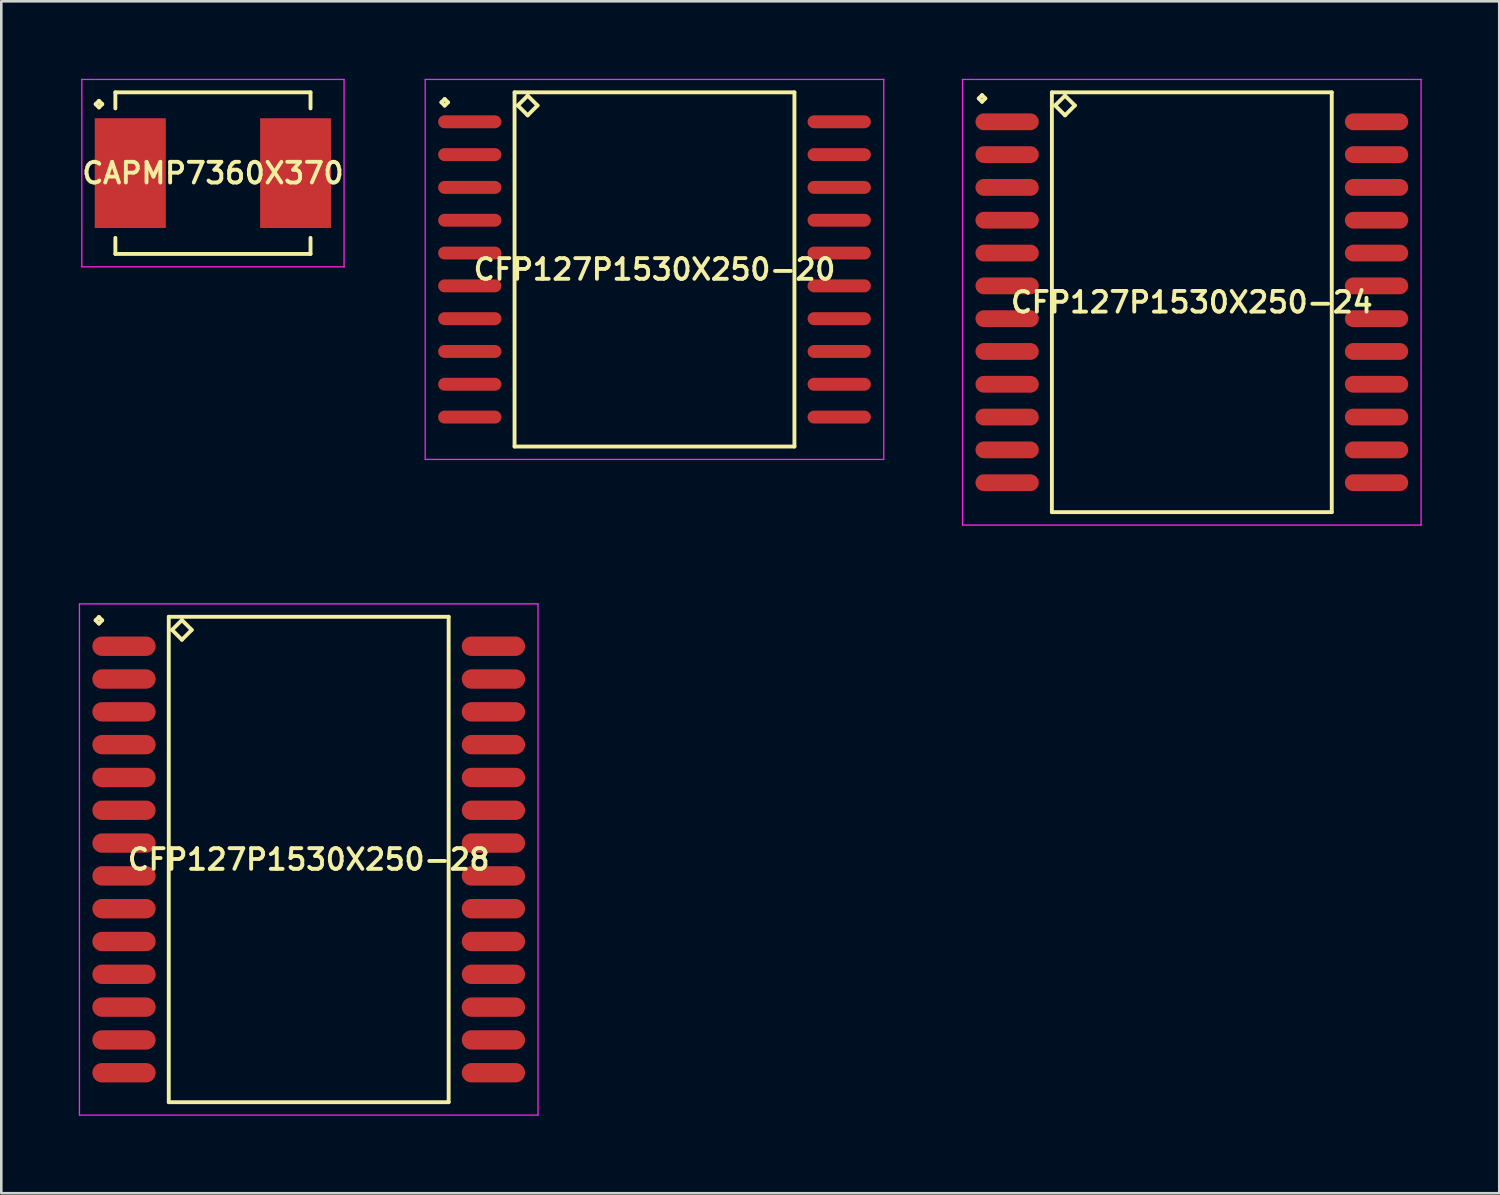
<source format=kicad_pcb>
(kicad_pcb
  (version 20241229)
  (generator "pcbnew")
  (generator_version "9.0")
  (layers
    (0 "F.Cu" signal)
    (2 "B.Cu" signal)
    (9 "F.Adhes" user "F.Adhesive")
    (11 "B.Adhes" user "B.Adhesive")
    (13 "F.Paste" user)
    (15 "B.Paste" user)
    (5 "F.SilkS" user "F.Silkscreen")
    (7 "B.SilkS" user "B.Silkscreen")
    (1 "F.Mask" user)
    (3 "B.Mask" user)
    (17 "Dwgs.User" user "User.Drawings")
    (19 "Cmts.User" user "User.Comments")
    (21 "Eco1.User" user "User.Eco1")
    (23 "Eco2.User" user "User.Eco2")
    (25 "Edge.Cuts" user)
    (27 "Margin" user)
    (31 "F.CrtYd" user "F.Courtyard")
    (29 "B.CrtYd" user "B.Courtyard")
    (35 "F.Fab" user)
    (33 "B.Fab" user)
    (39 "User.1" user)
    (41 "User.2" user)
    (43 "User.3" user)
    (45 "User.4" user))
  (footprint "CFP127P1530X250-20"
    (layer "F.Cu")
    (at 22.285 7.38)
    (property "Reference" "CFP127P1530X250-20" (at 0 0 0) (layer "F.SilkS") (effects (font (size 0.8 0.8) (thickness 0.15))))
    (attr smd)
    (fp_line (start -8.248 -6.469) (end -8.121 -6.596) (stroke (width 0.15) (type solid)) (layer "F.SilkS"))
    (fp_line (start -8.121 -6.596) (end -7.994 -6.469) (stroke (width 0.15) (type solid)) (layer "F.SilkS"))
    (fp_line (start -8.121 -6.342) (end -8.248 -6.469) (stroke (width 0.15) (type solid)) (layer "F.SilkS"))
    (fp_line (start -7.994 -6.469) (end -8.121 -6.342) (stroke (width 0.15) (type solid)) (layer "F.SilkS"))
    (fp_line (start -5.417 -6.855) (end -5.417 6.855) (stroke (width 0.15) (type solid)) (layer "F.SilkS"))
    (fp_line (start -5.417 6.855) (end 5.417 6.855) (stroke (width 0.15) (type solid)) (layer "F.SilkS"))
    (fp_line (start -5.29 -6.347) (end -4.909 -6.728) (stroke (width 0.15) (type solid)) (layer "F.SilkS"))
    (fp_line (start -4.909 -6.728) (end -4.528 -6.347) (stroke (width 0.15) (type solid)) (layer "F.SilkS"))
    (fp_line (start -4.909 -5.966) (end -5.29 -6.347) (stroke (width 0.15) (type solid)) (layer "F.SilkS"))
    (fp_line (start -4.528 -6.347) (end -4.909 -5.966) (stroke (width 0.15) (type solid)) (layer "F.SilkS"))
    (fp_line (start 5.417 -6.855) (end -5.417 -6.855) (stroke (width 0.15) (type solid)) (layer "F.SilkS"))
    (fp_line (start 5.417 6.855) (end 5.417 -6.855) (stroke (width 0.15) (type solid)) (layer "F.SilkS"))
    (fp_line (start -8.875 -7.355) (end 8.875 -7.355) (stroke (width 0.05) (type solid)) (layer "F.CrtYd"))
    (fp_line (start -8.875 7.355) (end -8.875 -7.355) (stroke (width 0.05) (type solid)) (layer "F.CrtYd"))
    (fp_line (start 8.875 -7.355) (end 8.875 7.355) (stroke (width 0.05) (type solid)) (layer "F.CrtYd"))
    (fp_line (start 8.875 7.355) (end -8.875 7.355) (stroke (width 0.05) (type solid)) (layer "F.CrtYd"))
    (pad "1" smd oval (at -7.15 -5.715) (size 2.45 0.5) (layers "F.Cu" "F.Mask" "F.Paste"))
    (pad "2" smd oval (at -7.15 -4.445) (size 2.45 0.5) (layers "F.Cu" "F.Mask" "F.Paste"))
    (pad "3" smd oval (at -7.15 -3.175) (size 2.45 0.5) (layers "F.Cu" "F.Mask" "F.Paste"))
    (pad "4" smd oval (at -7.15 -1.905) (size 2.45 0.5) (layers "F.Cu" "F.Mask" "F.Paste"))
    (pad "5" smd oval (at -7.15 -0.635) (size 2.45 0.5) (layers "F.Cu" "F.Mask" "F.Paste"))
    (pad "6" smd oval (at -7.15 0.635) (size 2.45 0.5) (layers "F.Cu" "F.Mask" "F.Paste"))
    (pad "7" smd oval (at -7.15 1.905) (size 2.45 0.5) (layers "F.Cu" "F.Mask" "F.Paste"))
    (pad "8" smd oval (at -7.15 3.175) (size 2.45 0.5) (layers "F.Cu" "F.Mask" "F.Paste"))
    (pad "9" smd oval (at -7.15 4.445) (size 2.45 0.5) (layers "F.Cu" "F.Mask" "F.Paste"))
    (pad "10" smd oval (at -7.15 5.715) (size 2.45 0.5) (layers "F.Cu" "F.Mask" "F.Paste"))
    (pad "11" smd oval (at 7.15 5.715) (size 2.45 0.5) (layers "F.Cu" "F.Mask" "F.Paste"))
    (pad "12" smd oval (at 7.15 4.445) (size 2.45 0.5) (layers "F.Cu" "F.Mask" "F.Paste"))
    (pad "13" smd oval (at 7.15 3.175) (size 2.45 0.5) (layers "F.Cu" "F.Mask" "F.Paste"))
    (pad "14" smd oval (at 7.15 1.905) (size 2.45 0.5) (layers "F.Cu" "F.Mask" "F.Paste"))
    (pad "15" smd oval (at 7.15 0.635) (size 2.45 0.5) (layers "F.Cu" "F.Mask" "F.Paste"))
    (pad "16" smd oval (at 7.15 -0.635) (size 2.45 0.5) (layers "F.Cu" "F.Mask" "F.Paste"))
    (pad "17" smd oval (at 7.15 -1.905) (size 2.45 0.5) (layers "F.Cu" "F.Mask" "F.Paste"))
    (pad "18" smd oval (at 7.15 -3.175) (size 2.45 0.5) (layers "F.Cu" "F.Mask" "F.Paste"))
    (pad "19" smd oval (at 7.15 -4.445) (size 2.45 0.5) (layers "F.Cu" "F.Mask" "F.Paste"))
    (pad "20" smd oval (at 7.15 -5.715) (size 2.45 0.5) (layers "F.Cu" "F.Mask" "F.Paste")))
  (footprint "CAPMP7360X370"
    (layer "F.Cu")
    (at 5.193 3.652)
    (property "Reference" "CAPMP7360X370" (at 0 0 0) (layer "F.SilkS") (effects (font (size 0.8 0.8) (thickness 0.15))))
    (attr smd)
    (fp_line (start -4.539 -2.671) (end -4.412 -2.798) (stroke (width 0.15) (type solid)) (layer "F.SilkS"))
    (fp_line (start -4.412 -2.798) (end -4.285 -2.671) (stroke (width 0.15) (type solid)) (layer "F.SilkS"))
    (fp_line (start -4.412 -2.544) (end -4.539 -2.671) (stroke (width 0.15) (type solid)) (layer "F.SilkS"))
    (fp_line (start -4.285 -2.671) (end -4.412 -2.544) (stroke (width 0.15) (type solid)) (layer "F.SilkS"))
    (fp_line (start -3.777 -3.127) (end 3.777 -3.127) (stroke (width 0.15) (type solid)) (layer "F.SilkS"))
    (fp_line (start -3.777 -2.506) (end -3.777 -3.127) (stroke (width 0.15) (type solid)) (layer "F.SilkS"))
    (fp_line (start -3.777 2.506) (end -3.777 3.127) (stroke (width 0.15) (type solid)) (layer "F.SilkS"))
    (fp_line (start -3.777 3.127) (end 3.777 3.127) (stroke (width 0.15) (type solid)) (layer "F.SilkS"))
    (fp_line (start 3.777 -3.127) (end 3.777 -2.506) (stroke (width 0.15) (type solid)) (layer "F.SilkS"))
    (fp_line (start 3.777 3.127) (end 3.777 2.506) (stroke (width 0.15) (type solid)) (layer "F.SilkS"))
    (fp_line (start -5.075 -3.627) (end 5.075 -3.627) (stroke (width 0.05) (type solid)) (layer "F.CrtYd"))
    (fp_line (start -5.075 3.627) (end -5.075 -3.627) (stroke (width 0.05) (type solid)) (layer "F.CrtYd"))
    (fp_line (start 5.075 -3.627) (end 5.075 3.627) (stroke (width 0.05) (type solid)) (layer "F.CrtYd"))
    (fp_line (start 5.075 3.627) (end -5.075 3.627) (stroke (width 0.05) (type solid)) (layer "F.CrtYd"))
    (pad "1" smd rect (at -3.2 0) (size 2.75 4.25) (layers "F.Cu" "F.Mask" "F.Paste"))
    (pad "2" smd rect (at 3.2 0) (size 2.75 4.25) (layers "F.Cu" "F.Mask" "F.Paste")))
  (footprint "CFP127P1530X250-24"
    (layer "F.Cu")
    (at 43.085 8.65)
    (property "Reference" "CFP127P1530X250-24" (at 0 0 0) (layer "F.SilkS") (effects (font (size 0.8 0.8) (thickness 0.15))))
    (attr smd)
    (fp_line (start -8.248 -7.889) (end -8.121 -8.016) (stroke (width 0.15) (type solid)) (layer "F.SilkS"))
    (fp_line (start -8.121 -8.016) (end -7.994 -7.889) (stroke (width 0.15) (type solid)) (layer "F.SilkS"))
    (fp_line (start -8.121 -7.762) (end -8.248 -7.889) (stroke (width 0.15) (type solid)) (layer "F.SilkS"))
    (fp_line (start -7.994 -7.889) (end -8.121 -7.762) (stroke (width 0.15) (type solid)) (layer "F.SilkS"))
    (fp_line (start -5.417 -8.125) (end -5.417 8.125) (stroke (width 0.15) (type solid)) (layer "F.SilkS"))
    (fp_line (start -5.417 8.125) (end 5.417 8.125) (stroke (width 0.15) (type solid)) (layer "F.SilkS"))
    (fp_line (start -5.29 -7.617) (end -4.909 -7.998) (stroke (width 0.15) (type solid)) (layer "F.SilkS"))
    (fp_line (start -4.909 -7.998) (end -4.528 -7.617) (stroke (width 0.15) (type solid)) (layer "F.SilkS"))
    (fp_line (start -4.909 -7.236) (end -5.29 -7.617) (stroke (width 0.15) (type solid)) (layer "F.SilkS"))
    (fp_line (start -4.528 -7.617) (end -4.909 -7.236) (stroke (width 0.15) (type solid)) (layer "F.SilkS"))
    (fp_line (start 5.417 -8.125) (end -5.417 -8.125) (stroke (width 0.15) (type solid)) (layer "F.SilkS"))
    (fp_line (start 5.417 8.125) (end 5.417 -8.125) (stroke (width 0.15) (type solid)) (layer "F.SilkS"))
    (fp_line (start -8.875 -8.625) (end 8.875 -8.625) (stroke (width 0.05) (type solid)) (layer "F.CrtYd"))
    (fp_line (start -8.875 8.625) (end -8.875 -8.625) (stroke (width 0.05) (type solid)) (layer "F.CrtYd"))
    (fp_line (start 8.875 -8.625) (end 8.875 8.625) (stroke (width 0.05) (type solid)) (layer "F.CrtYd"))
    (fp_line (start 8.875 8.625) (end -8.875 8.625) (stroke (width 0.05) (type solid)) (layer "F.CrtYd"))
    (pad "1" smd oval (at -7.15 -6.985) (size 2.45 0.65) (layers "F.Cu" "F.Mask" "F.Paste"))
    (pad "2" smd oval (at -7.15 -5.715) (size 2.45 0.65) (layers "F.Cu" "F.Mask" "F.Paste"))
    (pad "3" smd oval (at -7.15 -4.445) (size 2.45 0.65) (layers "F.Cu" "F.Mask" "F.Paste"))
    (pad "4" smd oval (at -7.15 -3.175) (size 2.45 0.65) (layers "F.Cu" "F.Mask" "F.Paste"))
    (pad "5" smd oval (at -7.15 -1.905) (size 2.45 0.65) (layers "F.Cu" "F.Mask" "F.Paste"))
    (pad "6" smd oval (at -7.15 -0.635) (size 2.45 0.65) (layers "F.Cu" "F.Mask" "F.Paste"))
    (pad "7" smd oval (at -7.15 0.635) (size 2.45 0.65) (layers "F.Cu" "F.Mask" "F.Paste"))
    (pad "8" smd oval (at -7.15 1.905) (size 2.45 0.65) (layers "F.Cu" "F.Mask" "F.Paste"))
    (pad "9" smd oval (at -7.15 3.175) (size 2.45 0.65) (layers "F.Cu" "F.Mask" "F.Paste"))
    (pad "10" smd oval (at -7.15 4.445) (size 2.45 0.65) (layers "F.Cu" "F.Mask" "F.Paste"))
    (pad "11" smd oval (at -7.15 5.715) (size 2.45 0.65) (layers "F.Cu" "F.Mask" "F.Paste"))
    (pad "12" smd oval (at -7.15 6.985) (size 2.45 0.65) (layers "F.Cu" "F.Mask" "F.Paste"))
    (pad "13" smd oval (at 7.15 6.985) (size 2.45 0.65) (layers "F.Cu" "F.Mask" "F.Paste"))
    (pad "14" smd oval (at 7.15 5.715) (size 2.45 0.65) (layers "F.Cu" "F.Mask" "F.Paste"))
    (pad "15" smd oval (at 7.15 4.445) (size 2.45 0.65) (layers "F.Cu" "F.Mask" "F.Paste"))
    (pad "16" smd oval (at 7.15 3.175) (size 2.45 0.65) (layers "F.Cu" "F.Mask" "F.Paste"))
    (pad "17" smd oval (at 7.15 1.905) (size 2.45 0.65) (layers "F.Cu" "F.Mask" "F.Paste"))
    (pad "18" smd oval (at 7.15 0.635) (size 2.45 0.65) (layers "F.Cu" "F.Mask" "F.Paste"))
    (pad "19" smd oval (at 7.15 -0.635) (size 2.45 0.65) (layers "F.Cu" "F.Mask" "F.Paste"))
    (pad "20" smd oval (at 7.15 -1.905) (size 2.45 0.65) (layers "F.Cu" "F.Mask" "F.Paste"))
    (pad "21" smd oval (at 7.15 -3.175) (size 2.45 0.65) (layers "F.Cu" "F.Mask" "F.Paste"))
    (pad "22" smd oval (at 7.15 -4.445) (size 2.45 0.65) (layers "F.Cu" "F.Mask" "F.Paste"))
    (pad "23" smd oval (at 7.15 -5.715) (size 2.45 0.65) (layers "F.Cu" "F.Mask" "F.Paste"))
    (pad "24" smd oval (at 7.15 -6.985) (size 2.45 0.65) (layers "F.Cu" "F.Mask" "F.Paste")))
  (footprint "CFP127P1530X250-28"
    (layer "F.Cu")
    (at 8.9 30.22)
    (property "Reference" "CFP127P1530X250-28" (at 0 0 0) (layer "F.SilkS") (effects (font (size 0.8 0.8) (thickness 0.15))))
    (attr smd)
    (fp_line (start -8.248 -9.259) (end -8.121 -9.386) (stroke (width 0.15) (type solid)) (layer "F.SilkS"))
    (fp_line (start -8.121 -9.386) (end -7.994 -9.259) (stroke (width 0.15) (type solid)) (layer "F.SilkS"))
    (fp_line (start -8.121 -9.132) (end -8.248 -9.259) (stroke (width 0.15) (type solid)) (layer "F.SilkS"))
    (fp_line (start -7.994 -9.259) (end -8.121 -9.132) (stroke (width 0.15) (type solid)) (layer "F.SilkS"))
    (fp_line (start -5.417 -9.395) (end -5.417 9.395) (stroke (width 0.15) (type solid)) (layer "F.SilkS"))
    (fp_line (start -5.417 9.395) (end 5.417 9.395) (stroke (width 0.15) (type solid)) (layer "F.SilkS"))
    (fp_line (start -5.29 -8.887) (end -4.909 -9.268) (stroke (width 0.15) (type solid)) (layer "F.SilkS"))
    (fp_line (start -4.909 -9.268) (end -4.528 -8.887) (stroke (width 0.15) (type solid)) (layer "F.SilkS"))
    (fp_line (start -4.909 -8.506) (end -5.29 -8.887) (stroke (width 0.15) (type solid)) (layer "F.SilkS"))
    (fp_line (start -4.528 -8.887) (end -4.909 -8.506) (stroke (width 0.15) (type solid)) (layer "F.SilkS"))
    (fp_line (start 5.417 -9.395) (end -5.417 -9.395) (stroke (width 0.15) (type solid)) (layer "F.SilkS"))
    (fp_line (start 5.417 9.395) (end 5.417 -9.395) (stroke (width 0.15) (type solid)) (layer "F.SilkS"))
    (fp_line (start -8.875 -9.895) (end 8.875 -9.895) (stroke (width 0.05) (type solid)) (layer "F.CrtYd"))
    (fp_line (start -8.875 9.895) (end -8.875 -9.895) (stroke (width 0.05) (type solid)) (layer "F.CrtYd"))
    (fp_line (start 8.875 -9.895) (end 8.875 9.895) (stroke (width 0.05) (type solid)) (layer "F.CrtYd"))
    (fp_line (start 8.875 9.895) (end -8.875 9.895) (stroke (width 0.05) (type solid)) (layer "F.CrtYd"))
    (pad "1" smd oval (at -7.15 -8.255) (size 2.45 0.75) (layers "F.Cu" "F.Mask" "F.Paste"))
    (pad "2" smd oval (at -7.15 -6.985) (size 2.45 0.75) (layers "F.Cu" "F.Mask" "F.Paste"))
    (pad "3" smd oval (at -7.15 -5.715) (size 2.45 0.75) (layers "F.Cu" "F.Mask" "F.Paste"))
    (pad "4" smd oval (at -7.15 -4.445) (size 2.45 0.75) (layers "F.Cu" "F.Mask" "F.Paste"))
    (pad "5" smd oval (at -7.15 -3.175) (size 2.45 0.75) (layers "F.Cu" "F.Mask" "F.Paste"))
    (pad "6" smd oval (at -7.15 -1.905) (size 2.45 0.75) (layers "F.Cu" "F.Mask" "F.Paste"))
    (pad "7" smd oval (at -7.15 -0.635) (size 2.45 0.75) (layers "F.Cu" "F.Mask" "F.Paste"))
    (pad "8" smd oval (at -7.15 0.635) (size 2.45 0.75) (layers "F.Cu" "F.Mask" "F.Paste"))
    (pad "9" smd oval (at -7.15 1.905) (size 2.45 0.75) (layers "F.Cu" "F.Mask" "F.Paste"))
    (pad "10" smd oval (at -7.15 3.175) (size 2.45 0.75) (layers "F.Cu" "F.Mask" "F.Paste"))
    (pad "11" smd oval (at -7.15 4.445) (size 2.45 0.75) (layers "F.Cu" "F.Mask" "F.Paste"))
    (pad "12" smd oval (at -7.15 5.715) (size 2.45 0.75) (layers "F.Cu" "F.Mask" "F.Paste"))
    (pad "13" smd oval (at -7.15 6.985) (size 2.45 0.75) (layers "F.Cu" "F.Mask" "F.Paste"))
    (pad "14" smd oval (at -7.15 8.255) (size 2.45 0.75) (layers "F.Cu" "F.Mask" "F.Paste"))
    (pad "15" smd oval (at 7.15 8.255) (size 2.45 0.75) (layers "F.Cu" "F.Mask" "F.Paste"))
    (pad "16" smd oval (at 7.15 6.985) (size 2.45 0.75) (layers "F.Cu" "F.Mask" "F.Paste"))
    (pad "17" smd oval (at 7.15 5.715) (size 2.45 0.75) (layers "F.Cu" "F.Mask" "F.Paste"))
    (pad "18" smd oval (at 7.15 4.445) (size 2.45 0.75) (layers "F.Cu" "F.Mask" "F.Paste"))
    (pad "19" smd oval (at 7.15 3.175) (size 2.45 0.75) (layers "F.Cu" "F.Mask" "F.Paste"))
    (pad "20" smd oval (at 7.15 1.905) (size 2.45 0.75) (layers "F.Cu" "F.Mask" "F.Paste"))
    (pad "21" smd oval (at 7.15 0.635) (size 2.45 0.75) (layers "F.Cu" "F.Mask" "F.Paste"))
    (pad "22" smd oval (at 7.15 -0.635) (size 2.45 0.75) (layers "F.Cu" "F.Mask" "F.Paste"))
    (pad "23" smd oval (at 7.15 -1.905) (size 2.45 0.75) (layers "F.Cu" "F.Mask" "F.Paste"))
    (pad "24" smd oval (at 7.15 -3.175) (size 2.45 0.75) (layers "F.Cu" "F.Mask" "F.Paste"))
    (pad "25" smd oval (at 7.15 -4.445) (size 2.45 0.75) (layers "F.Cu" "F.Mask" "F.Paste"))
    (pad "26" smd oval (at 7.15 -5.715) (size 2.45 0.75) (layers "F.Cu" "F.Mask" "F.Paste"))
    (pad "27" smd oval (at 7.15 -6.985) (size 2.45 0.75) (layers "F.Cu" "F.Mask" "F.Paste"))
    (pad "28" smd oval (at 7.15 -8.255) (size 2.45 0.75) (layers "F.Cu" "F.Mask" "F.Paste")))
  (gr_rect
    (start -3 -3)
    (end 54.985 43.14)
    (stroke (width 0.1) (type default))
    (fill no)
    (layer "Edge.Cuts")))
</source>
